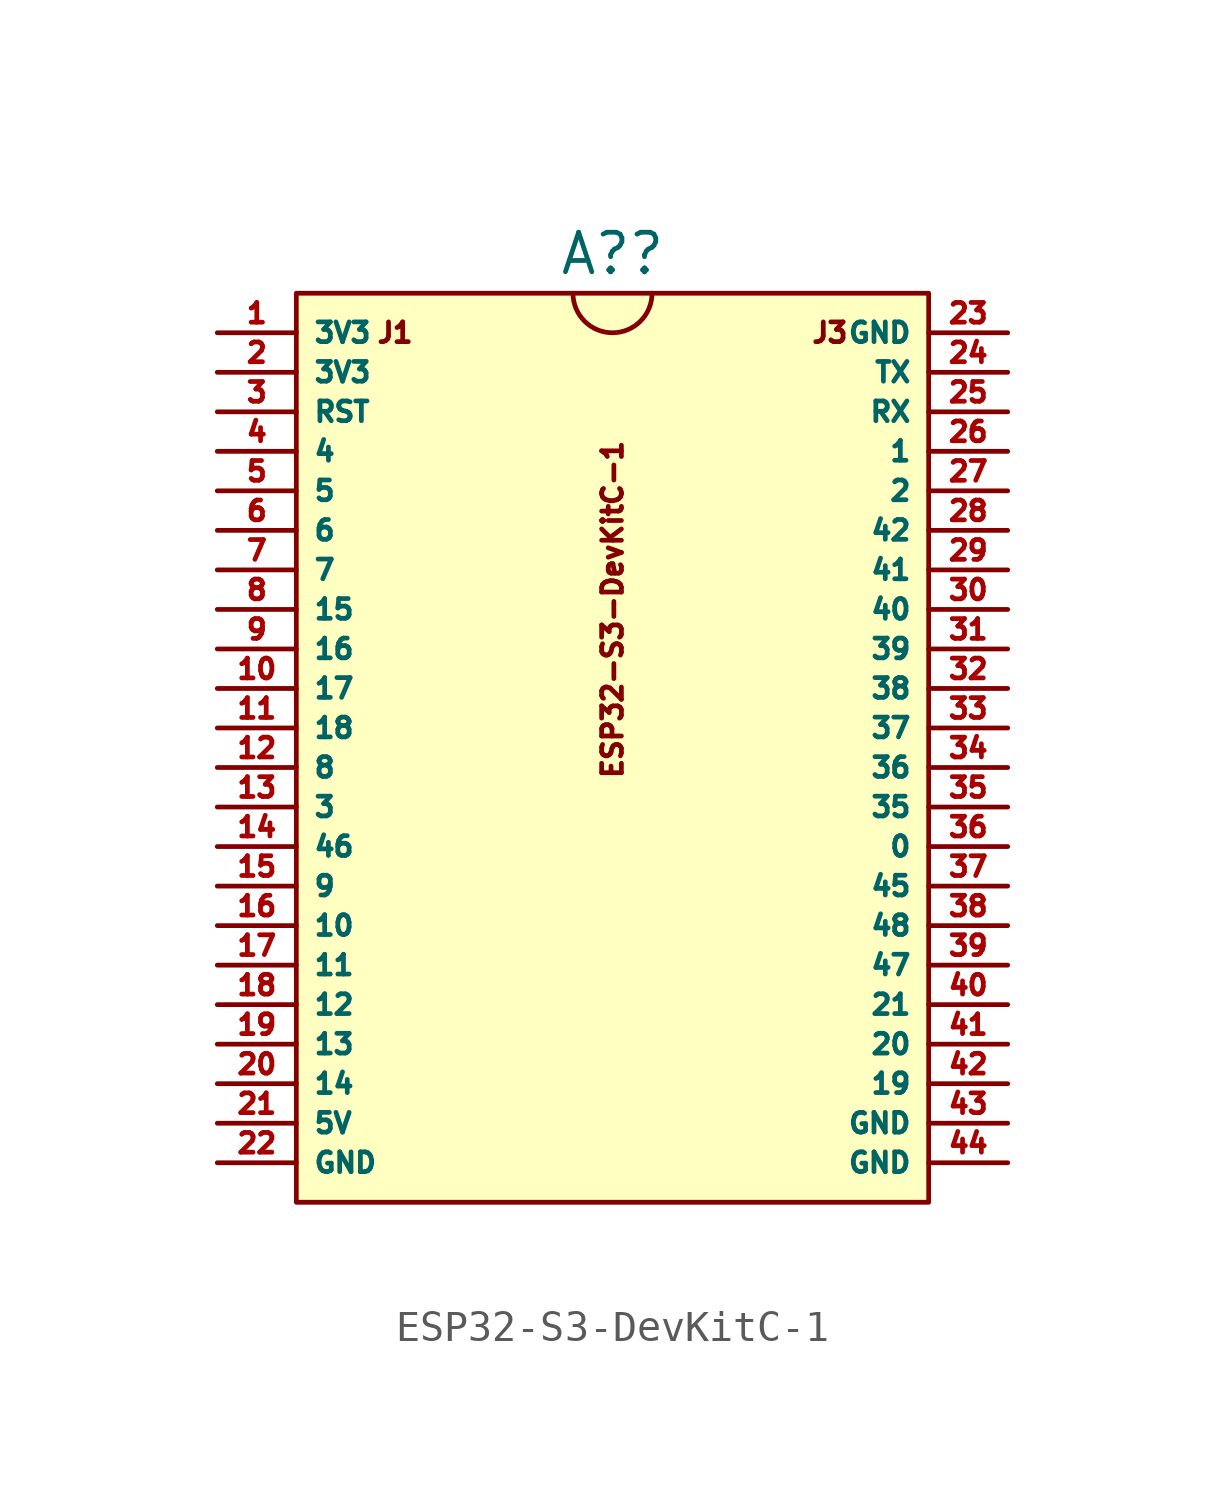
<source format=kicad_sym>
(kicad_symbol_lib
  (version 20241209)
  (generator "kicad_symbol_editor")
  (generator_version "9.0")
  (symbol "ESP32-S3-DevKitC-1"
    (property "Reference" "A?"
      (at 0 1.27 0)
      (effects (font (size 1.27 1.27))))
    (property "Value" ""
      (at 0 0 0)
      (effects (font (size 1.27 1.27))))
    (symbol "ESP32-S3-DevKitC-1_1_1"
      (rectangle (start -10.16 0) (end 10.16 -29.21) (stroke (width 0) (type default)) (fill (type background)))
      (arc (start 1.27 0) (mid 0 -1.27) (end -1.27 0) (stroke (width 0) (type default)) (fill (type none)))
      (text "J1" (at -6.985 -1.27 0) (effects (font (size 0.635 0.635))))
      (text "ESP32-S3-DevKitC-1" (at 0 -10.16 900) (effects (font (size 0.635 0.635))))
      (text "J3" (at 6.985 -1.27 0) (effects (font (size 0.635 0.635))))
      (pin power_in line (at -12.7 -1.27 0) (length 2.54) (name "3V3" (effects (font (size 0.635 0.635)))) (number "1" (effects (font (size 0.635 0.635)))))
      (pin power_in line (at -12.7 -2.54 0) (length 2.54) (name "3V3" (effects (font (size 0.635 0.635)))) (number "2" (effects (font (size 0.635 0.635)))))
      (pin input line (at -12.7 -3.81 0) (length 2.54) (name "RST" (effects (font (size 0.635 0.635)))) (number "3" (effects (font (size 0.635 0.635)))))
      (pin bidirectional line (at -12.7 -5.08 0) (length 2.54) (name "4" (effects (font (size 0.635 0.635)))) (number "4" (effects (font (size 0.635 0.635)))))
      (pin bidirectional line (at -12.7 -6.35 0) (length 2.54) (name "5" (effects (font (size 0.635 0.635)))) (number "5" (effects (font (size 0.635 0.635)))))
      (pin bidirectional line (at -12.7 -7.62 0) (length 2.54) (name "6" (effects (font (size 0.635 0.635)))) (number "6" (effects (font (size 0.635 0.635)))))
      (pin bidirectional line (at -12.7 -8.89 0) (length 2.54) (name "7" (effects (font (size 0.635 0.635)))) (number "7" (effects (font (size 0.635 0.635)))))
      (pin bidirectional line (at -12.7 -10.16 0) (length 2.54) (name "15" (effects (font (size 0.635 0.635)))) (number "8" (effects (font (size 0.635 0.635)))))
      (pin bidirectional line (at -12.7 -11.43 0) (length 2.54) (name "16" (effects (font (size 0.635 0.635)))) (number "9" (effects (font (size 0.635 0.635)))))
      (pin bidirectional line (at -12.7 -12.7 0) (length 2.54) (name "17" (effects (font (size 0.635 0.635)))) (number "10" (effects (font (size 0.635 0.635)))))
      (pin bidirectional line (at -12.7 -13.97 0) (length 2.54) (name "18" (effects (font (size 0.635 0.635)))) (number "11" (effects (font (size 0.635 0.635)))))
      (pin bidirectional line (at -12.7 -15.24 0) (length 2.54) (name "8" (effects (font (size 0.635 0.635)))) (number "12" (effects (font (size 0.635 0.635)))))
      (pin bidirectional line (at -12.7 -16.51 0) (length 2.54) (name "3" (effects (font (size 0.635 0.635)))) (number "13" (effects (font (size 0.635 0.635)))))
      (pin bidirectional line (at -12.7 -17.78 0) (length 2.54) (name "46" (effects (font (size 0.635 0.635)))) (number "14" (effects (font (size 0.635 0.635)))))
      (pin bidirectional line (at -12.7 -19.05 0) (length 2.54) (name "9" (effects (font (size 0.635 0.635)))) (number "15" (effects (font (size 0.635 0.635)))))
      (pin bidirectional line (at -12.7 -20.32 0) (length 2.54) (name "10" (effects (font (size 0.635 0.635)))) (number "16" (effects (font (size 0.635 0.635)))))
      (pin bidirectional line (at -12.7 -21.59 0) (length 2.54) (name "11" (effects (font (size 0.635 0.635)))) (number "17" (effects (font (size 0.635 0.635)))))
      (pin bidirectional line (at -12.7 -22.86 0) (length 2.54) (name "12" (effects (font (size 0.635 0.635)))) (number "18" (effects (font (size 0.635 0.635)))))
      (pin bidirectional line (at -12.7 -24.13 0) (length 2.54) (name "13" (effects (font (size 0.635 0.635)))) (number "19" (effects (font (size 0.635 0.635)))))
      (pin bidirectional line (at -12.7 -25.4 0) (length 2.54) (name "14" (effects (font (size 0.635 0.635)))) (number "20" (effects (font (size 0.635 0.635)))))
      (pin power_in line (at -12.7 -26.67 0) (length 2.54) (name "5V" (effects (font (size 0.635 0.635)))) (number "21" (effects (font (size 0.635 0.635)))))
      (pin power_in line (at -12.7 -27.94 0) (length 2.54) (name "GND" (effects (font (size 0.635 0.635)))) (number "22" (effects (font (size 0.635 0.635)))))
      (pin power_in line (at 12.7 -1.27 180) (length 2.54) (name "GND" (effects (font (size 0.635 0.635)))) (number "23" (effects (font (size 0.635 0.635)))))
      (pin output line (at 12.7 -2.54 180) (length 2.54) (name "TX" (effects (font (size 0.635 0.635)))) (number "24" (effects (font (size 0.635 0.635)))))
      (pin input line (at 12.7 -3.81 180) (length 2.54) (name "RX" (effects (font (size 0.635 0.635)))) (number "25" (effects (font (size 0.635 0.635)))))
      (pin bidirectional line (at 12.7 -5.08 180) (length 2.54) (name "1" (effects (font (size 0.635 0.635)))) (number "26" (effects (font (size 0.635 0.635)))))
      (pin bidirectional line (at 12.7 -6.35 180) (length 2.54) (name "2" (effects (font (size 0.635 0.635)))) (number "27" (effects (font (size 0.635 0.635)))))
      (pin bidirectional line (at 12.7 -7.62 180) (length 2.54) (name "42" (effects (font (size 0.635 0.635)))) (number "28" (effects (font (size 0.635 0.635)))))
      (pin bidirectional line (at 12.7 -8.89 180) (length 2.54) (name "41" (effects (font (size 0.635 0.635)))) (number "29" (effects (font (size 0.635 0.635)))))
      (pin bidirectional line (at 12.7 -10.16 180) (length 2.54) (name "40" (effects (font (size 0.635 0.635)))) (number "30" (effects (font (size 0.635 0.635)))))
      (pin bidirectional line (at 12.7 -11.43 180) (length 2.54) (name "39" (effects (font (size 0.635 0.635)))) (number "31" (effects (font (size 0.635 0.635)))))
      (pin bidirectional line (at 12.7 -12.7 180) (length 2.54) (name "38" (effects (font (size 0.635 0.635)))) (number "32" (effects (font (size 0.635 0.635)))))
      (pin bidirectional line (at 12.7 -13.97 180) (length 2.54) (name "37" (effects (font (size 0.635 0.635)))) (number "33" (effects (font (size 0.635 0.635)))))
      (pin bidirectional line (at 12.7 -15.24 180) (length 2.54) (name "36" (effects (font (size 0.635 0.635)))) (number "34" (effects (font (size 0.635 0.635)))))
      (pin bidirectional line (at 12.7 -16.51 180) (length 2.54) (name "35" (effects (font (size 0.635 0.635)))) (number "35" (effects (font (size 0.635 0.635)))))
      (pin bidirectional line (at 12.7 -17.78 180) (length 2.54) (name "0" (effects (font (size 0.635 0.635)))) (number "36" (effects (font (size 0.635 0.635)))))
      (pin bidirectional line (at 12.7 -19.05 180) (length 2.54) (name "45" (effects (font (size 0.635 0.635)))) (number "37" (effects (font (size 0.635 0.635)))))
      (pin bidirectional line (at 12.7 -20.32 180) (length 2.54) (name "48" (effects (font (size 0.635 0.635)))) (number "38" (effects (font (size 0.635 0.635)))))
      (pin bidirectional line (at 12.7 -21.59 180) (length 2.54) (name "47" (effects (font (size 0.635 0.635)))) (number "39" (effects (font (size 0.635 0.635)))))
      (pin bidirectional line (at 12.7 -22.86 180) (length 2.54) (name "21" (effects (font (size 0.635 0.635)))) (number "40" (effects (font (size 0.635 0.635)))))
      (pin bidirectional line (at 12.7 -24.13 180) (length 2.54) (name "20" (effects (font (size 0.635 0.635)))) (number "41" (effects (font (size 0.635 0.635)))))
      (pin bidirectional line (at 12.7 -25.4 180) (length 2.54) (name "19" (effects (font (size 0.635 0.635)))) (number "42" (effects (font (size 0.635 0.635)))))
      (pin power_in line (at 12.7 -26.67 180) (length 2.54) (name "GND" (effects (font (size 0.635 0.635)))) (number "43" (effects (font (size 0.635 0.635)))))
      (pin power_in line (at 12.7 -27.94 180) (length 2.54) (name "GND" (effects (font (size 0.635 0.635)))) (number "44" (effects (font (size 0.635 0.635))))))))
</source>
